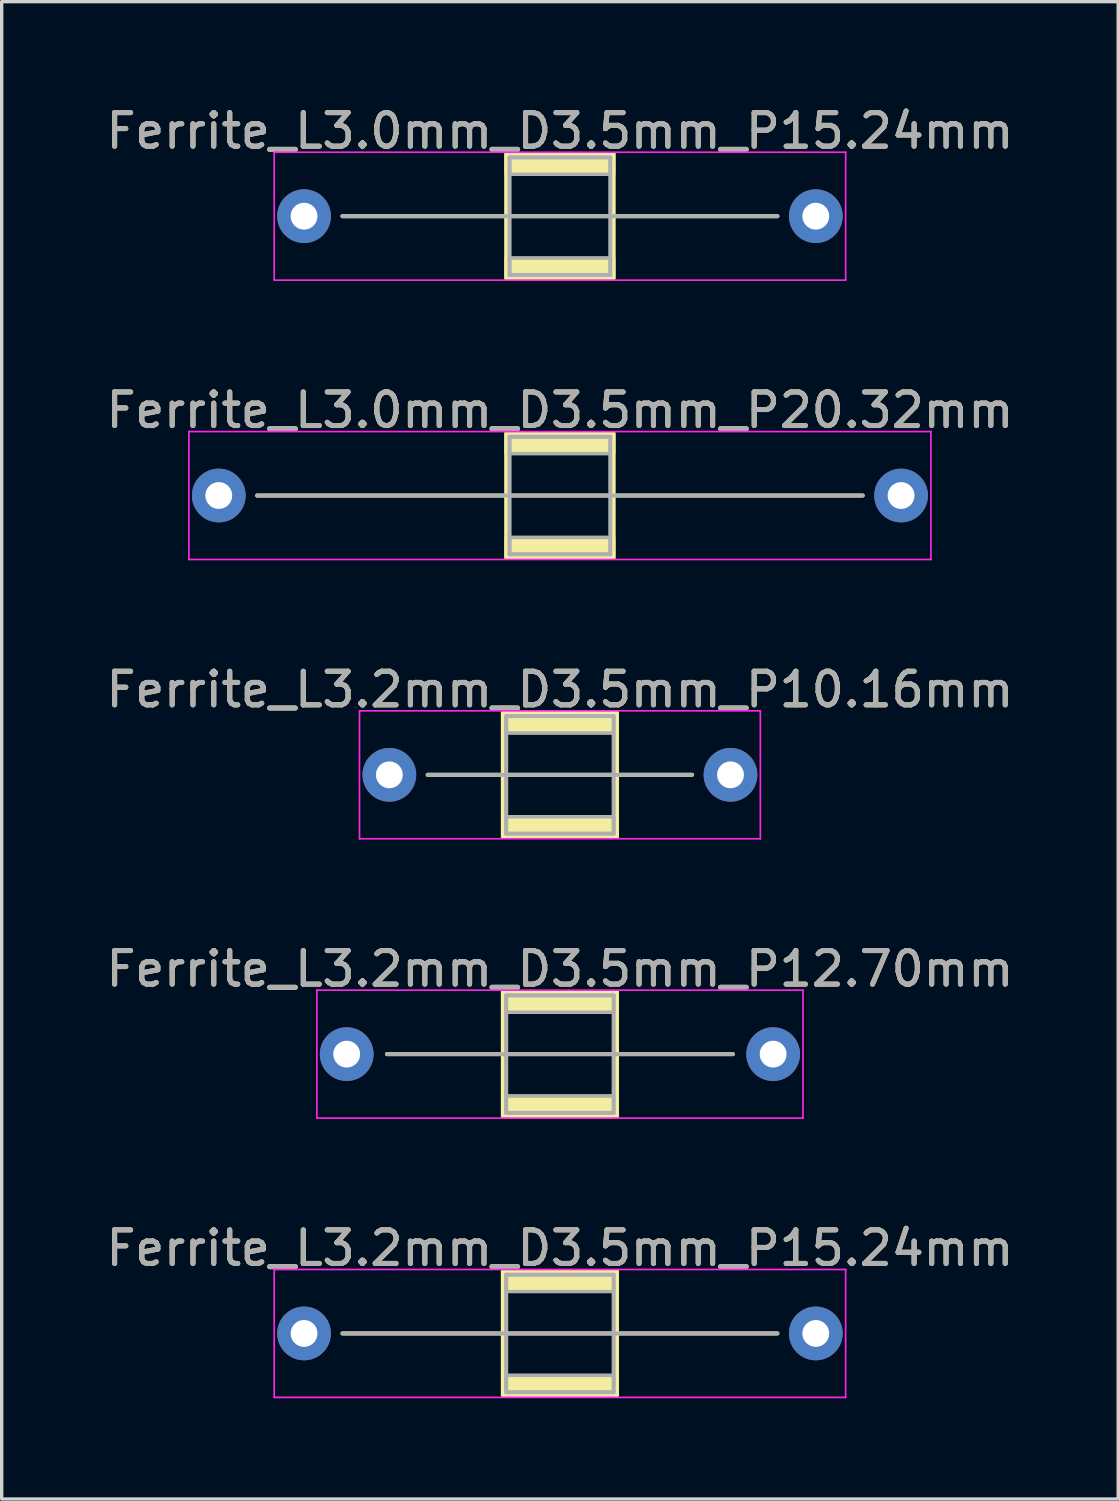
<source format=kicad_pcb>
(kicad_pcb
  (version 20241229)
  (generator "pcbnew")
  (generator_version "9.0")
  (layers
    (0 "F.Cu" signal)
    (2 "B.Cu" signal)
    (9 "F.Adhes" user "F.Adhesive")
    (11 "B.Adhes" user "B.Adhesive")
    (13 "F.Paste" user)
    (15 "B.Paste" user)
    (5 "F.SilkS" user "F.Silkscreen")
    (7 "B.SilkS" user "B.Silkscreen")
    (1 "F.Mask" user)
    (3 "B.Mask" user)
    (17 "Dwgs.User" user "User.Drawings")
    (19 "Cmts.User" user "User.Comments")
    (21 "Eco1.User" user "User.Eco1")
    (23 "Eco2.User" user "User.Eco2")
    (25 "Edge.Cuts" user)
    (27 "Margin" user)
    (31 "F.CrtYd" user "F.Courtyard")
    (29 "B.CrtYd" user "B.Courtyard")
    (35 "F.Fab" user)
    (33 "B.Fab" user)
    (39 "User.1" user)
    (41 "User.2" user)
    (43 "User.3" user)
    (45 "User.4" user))
  (footprint "Ferrite_L3.0mm_D3.5mm_P20.32mm"
    (layer "F.Cu")
    (at 3.465 11.707)
    (property "Reference" "Ferrite_L3.0mm_D3.5mm_P20.32mm" (at 10.16 -2.54 0) (layer "F.SilkS") (effects (font (size 1 1) (thickness 0.15))))
    (fp_line (start 19.177 0) (end 1.143 0) (stroke (width 0.12) (type solid)) (layer "F.SilkS"))
    (fp_rect (start 8.56 -1.85) (end 11.76 1.85) (stroke (width 0.12) (type solid)) (fill no) (layer "F.SilkS"))
    (fp_poly (pts (xy 11.76 -1.25) (xy 8.56 -1.25) (xy 8.56 -1.85) (xy 11.76 -1.85)) (stroke (width 0.1) (type solid)) (fill yes) (layer "F.SilkS"))
    (fp_poly (pts (xy 11.76 1.85) (xy 8.56 1.85) (xy 8.56 1.25) (xy 11.76 1.25)) (stroke (width 0.1) (type solid)) (fill yes) (layer "F.SilkS"))
    (fp_line (start -0.889 -1.905) (end 21.209 -1.905) (stroke (width 0.05) (type solid)) (layer "F.CrtYd"))
    (fp_line (start -0.889 1.905) (end -0.889 -1.905) (stroke (width 0.05) (type solid)) (layer "F.CrtYd"))
    (fp_line (start 21.209 -1.905) (end 21.209 1.905) (stroke (width 0.05) (type solid)) (layer "F.CrtYd"))
    (fp_line (start 21.209 1.905) (end -0.889 1.905) (stroke (width 0.05) (type solid)) (layer "F.CrtYd"))
    (fp_line (start 8.66 -1.75) (end 8.66 1.75) (stroke (width 0.12) (type solid)) (layer "F.Fab"))
    (fp_line (start 8.66 1.75) (end 11.66 1.75) (stroke (width 0.12) (type solid)) (layer "F.Fab"))
    (fp_line (start 11.66 -1.75) (end 8.66 -1.75) (stroke (width 0.12) (type solid)) (layer "F.Fab"))
    (fp_line (start 11.66 1.75) (end 11.66 -1.75) (stroke (width 0.12) (type solid)) (layer "F.Fab"))
    (fp_line (start 19.177 0) (end 1.143 0) (stroke (width 0.12) (type solid)) (layer "F.Fab"))
    (fp_poly (pts (xy 11.66 -1.25) (xy 8.66 -1.25) (xy 8.66 -1.75) (xy 11.66 -1.75)) (stroke (width 0.1) (type solid)) (fill no) (layer "F.Fab"))
    (fp_poly (pts (xy 11.66 1.75) (xy 8.66 1.75) (xy 8.66 1.25) (xy 11.66 1.25)) (stroke (width 0.1) (type solid)) (fill no) (layer "F.Fab"))
    (fp_text user "${REFERENCE}" (at 10.16 -2.539 0) (layer "F.Fab") (effects (font (size 1 1) (thickness 0.15))))
    (pad "1" thru_hole circle (at 0 0) (size 1.6 1.6) (drill 0.8) (layers "*.Cu" "*.Mask"))
    (pad "2" thru_hole circle (at 20.32 0) (size 1.6 1.6) (drill 0.8) (layers "*.Cu" "*.Mask")))
  (footprint "Ferrite_L3.2mm_D3.5mm_P15.24mm"
    (layer "F.Cu")
    (at 6.005 36.661)
    (property "Reference" "Ferrite_L3.2mm_D3.5mm_P15.24mm" (at 7.62 -2.54 0) (layer "F.SilkS") (effects (font (size 1 1) (thickness 0.15))))
    (fp_line (start 14.097 0) (end 1.143 0) (stroke (width 0.12) (type solid)) (layer "F.SilkS"))
    (fp_rect (start 5.92 -1.85) (end 9.32 1.85) (stroke (width 0.12) (type solid)) (fill no) (layer "F.SilkS"))
    (fp_poly (pts (xy 9.32 -1.25) (xy 5.92 -1.25) (xy 5.92 -1.85) (xy 9.32 -1.85)) (stroke (width 0.1) (type solid)) (fill yes) (layer "F.SilkS"))
    (fp_poly (pts (xy 9.32 1.85) (xy 5.92 1.85) (xy 5.92 1.25) (xy 9.32 1.25)) (stroke (width 0.1) (type solid)) (fill yes) (layer "F.SilkS"))
    (fp_line (start -0.889 -1.905) (end 16.129 -1.905) (stroke (width 0.05) (type solid)) (layer "F.CrtYd"))
    (fp_line (start -0.889 1.905) (end -0.889 -1.905) (stroke (width 0.05) (type solid)) (layer "F.CrtYd"))
    (fp_line (start 16.129 -1.905) (end 16.129 1.905) (stroke (width 0.05) (type solid)) (layer "F.CrtYd"))
    (fp_line (start 16.129 1.905) (end -0.889 1.905) (stroke (width 0.05) (type solid)) (layer "F.CrtYd"))
    (fp_line (start 6.02 -1.75) (end 6.02 1.75) (stroke (width 0.12) (type solid)) (layer "F.Fab"))
    (fp_line (start 6.02 1.75) (end 9.22 1.75) (stroke (width 0.12) (type solid)) (layer "F.Fab"))
    (fp_line (start 9.22 -1.75) (end 6.02 -1.75) (stroke (width 0.12) (type solid)) (layer "F.Fab"))
    (fp_line (start 9.22 1.75) (end 9.22 -1.75) (stroke (width 0.12) (type solid)) (layer "F.Fab"))
    (fp_line (start 14.097 0) (end 1.143 0) (stroke (width 0.12) (type solid)) (layer "F.Fab"))
    (fp_poly (pts (xy 9.22 -1.25) (xy 6.02 -1.25) (xy 6.02 -1.75) (xy 9.22 -1.75)) (stroke (width 0.1) (type solid)) (fill no) (layer "F.Fab"))
    (fp_poly (pts (xy 9.22 1.75) (xy 6.02 1.75) (xy 6.02 1.25) (xy 9.22 1.25)) (stroke (width 0.1) (type solid)) (fill no) (layer "F.Fab"))
    (fp_text user "${REFERENCE}" (at 7.62 -2.539 0) (layer "F.Fab") (effects (font (size 1 1) (thickness 0.15))))
    (pad "1" thru_hole circle (at 0 0) (size 1.6 1.6) (drill 0.8) (layers "*.Cu" "*.Mask"))
    (pad "2" thru_hole circle (at 15.24 0) (size 1.6 1.6) (drill 0.8) (layers "*.Cu" "*.Mask")))
  (footprint "Ferrite_L3.2mm_D3.5mm_P12.70mm"
    (layer "F.Cu")
    (at 7.275 28.343)
    (property "Reference" "Ferrite_L3.2mm_D3.5mm_P12.70mm" (at 6.35 -2.54 0) (layer "F.SilkS") (effects (font (size 1 1) (thickness 0.15))))
    (fp_line (start 11.5 0) (end 1.2 0) (stroke (width 0.12) (type solid)) (layer "F.SilkS"))
    (fp_rect (start 4.65 -1.85) (end 8.05 1.85) (stroke (width 0.12) (type solid)) (fill no) (layer "F.SilkS"))
    (fp_poly (pts (xy 8.05 -1.25) (xy 4.65 -1.25) (xy 4.65 -1.85) (xy 8.05 -1.85)) (stroke (width 0.1) (type solid)) (fill yes) (layer "F.SilkS"))
    (fp_poly (pts (xy 8.05 1.85) (xy 4.65 1.85) (xy 4.65 1.25) (xy 8.05 1.25)) (stroke (width 0.1) (type solid)) (fill yes) (layer "F.SilkS"))
    (fp_line (start -0.889 -1.905) (end 13.589 -1.905) (stroke (width 0.05) (type solid)) (layer "F.CrtYd"))
    (fp_line (start -0.889 1.905) (end -0.889 -1.905) (stroke (width 0.05) (type solid)) (layer "F.CrtYd"))
    (fp_line (start 13.589 -1.905) (end 13.589 1.905) (stroke (width 0.05) (type solid)) (layer "F.CrtYd"))
    (fp_line (start 13.589 1.905) (end -0.889 1.905) (stroke (width 0.05) (type solid)) (layer "F.CrtYd"))
    (fp_line (start 4.75 -1.75) (end 4.75 1.75) (stroke (width 0.12) (type solid)) (layer "F.Fab"))
    (fp_line (start 4.75 1.75) (end 7.95 1.75) (stroke (width 0.12) (type solid)) (layer "F.Fab"))
    (fp_line (start 7.95 -1.75) (end 4.75 -1.75) (stroke (width 0.12) (type solid)) (layer "F.Fab"))
    (fp_line (start 7.95 1.75) (end 7.95 -1.75) (stroke (width 0.12) (type solid)) (layer "F.Fab"))
    (fp_line (start 11.5 0) (end 1.2 0) (stroke (width 0.12) (type solid)) (layer "F.Fab"))
    (fp_poly (pts (xy 7.95 -1.25) (xy 4.75 -1.25) (xy 4.75 -1.75) (xy 7.95 -1.75)) (stroke (width 0.1) (type solid)) (fill no) (layer "F.Fab"))
    (fp_poly (pts (xy 7.95 1.75) (xy 4.75 1.75) (xy 4.75 1.25) (xy 7.95 1.25)) (stroke (width 0.1) (type solid)) (fill no) (layer "F.Fab"))
    (fp_text user "${REFERENCE}" (at 6.35 -2.539 0) (layer "F.Fab") (effects (font (size 1 1) (thickness 0.15))))
    (pad "1" thru_hole circle (at 0 0) (size 1.6 1.6) (drill 0.8) (layers "*.Cu" "*.Mask"))
    (pad "2" thru_hole circle (at 12.7 0) (size 1.6 1.6) (drill 0.8) (layers "*.Cu" "*.Mask")))
  (footprint "Ferrite_L3.0mm_D3.5mm_P15.24mm"
    (layer "F.Cu")
    (at 6.005 3.388)
    (property "Reference" "Ferrite_L3.0mm_D3.5mm_P15.24mm" (at 7.62 -2.54 0) (layer "F.SilkS") (effects (font (size 1 1) (thickness 0.15))))
    (fp_line (start 14.097 0) (end 1.143 0) (stroke (width 0.12) (type solid)) (layer "F.SilkS"))
    (fp_rect (start 6.02 -1.85) (end 9.22 1.85) (stroke (width 0.12) (type solid)) (fill no) (layer "F.SilkS"))
    (fp_poly (pts (xy 9.22 -1.25) (xy 6.02 -1.25) (xy 6.02 -1.85) (xy 9.22 -1.85)) (stroke (width 0.1) (type solid)) (fill yes) (layer "F.SilkS"))
    (fp_poly (pts (xy 9.22 1.85) (xy 6.02 1.85) (xy 6.02 1.25) (xy 9.22 1.25)) (stroke (width 0.1) (type solid)) (fill yes) (layer "F.SilkS"))
    (fp_line (start -0.889 -1.905) (end 16.129 -1.905) (stroke (width 0.05) (type solid)) (layer "F.CrtYd"))
    (fp_line (start -0.889 1.905) (end -0.889 -1.905) (stroke (width 0.05) (type solid)) (layer "F.CrtYd"))
    (fp_line (start 16.129 -1.905) (end 16.129 1.905) (stroke (width 0.05) (type solid)) (layer "F.CrtYd"))
    (fp_line (start 16.129 1.905) (end -0.889 1.905) (stroke (width 0.05) (type solid)) (layer "F.CrtYd"))
    (fp_line (start 6.12 -1.75) (end 6.12 1.75) (stroke (width 0.12) (type solid)) (layer "F.Fab"))
    (fp_line (start 6.12 1.75) (end 9.12 1.75) (stroke (width 0.12) (type solid)) (layer "F.Fab"))
    (fp_line (start 9.12 -1.75) (end 6.12 -1.75) (stroke (width 0.12) (type solid)) (layer "F.Fab"))
    (fp_line (start 9.12 1.75) (end 9.12 -1.75) (stroke (width 0.12) (type solid)) (layer "F.Fab"))
    (fp_line (start 14.097 0) (end 1.143 0) (stroke (width 0.12) (type solid)) (layer "F.Fab"))
    (fp_poly (pts (xy 9.12 -1.25) (xy 6.12 -1.25) (xy 6.12 -1.75) (xy 9.12 -1.75)) (stroke (width 0.1) (type solid)) (fill no) (layer "F.Fab"))
    (fp_poly (pts (xy 9.12 1.75) (xy 6.12 1.75) (xy 6.12 1.25) (xy 9.12 1.25)) (stroke (width 0.1) (type solid)) (fill no) (layer "F.Fab"))
    (fp_text user "${REFERENCE}" (at 7.62 -2.539 0) (layer "F.Fab") (effects (font (size 1 1) (thickness 0.15))))
    (pad "1" thru_hole circle (at 0 0) (size 1.6 1.6) (drill 0.8) (layers "*.Cu" "*.Mask"))
    (pad "2" thru_hole circle (at 15.24 0) (size 1.6 1.6) (drill 0.8) (layers "*.Cu" "*.Mask")))
  (footprint "Ferrite_L3.2mm_D3.5mm_P10.16mm"
    (layer "F.Cu")
    (at 8.545 20.025)
    (property "Reference" "Ferrite_L3.2mm_D3.5mm_P10.16mm" (at 5.08 -2.54 0) (layer "F.SilkS") (effects (font (size 1 1) (thickness 0.15))))
    (fp_line (start 9.017 0) (end 1.143 0) (stroke (width 0.12) (type solid)) (layer "F.SilkS"))
    (fp_rect (start 3.38 -1.85) (end 6.78 1.85) (stroke (width 0.12) (type solid)) (fill no) (layer "F.SilkS"))
    (fp_poly (pts (xy 6.78 -1.25) (xy 3.38 -1.25) (xy 3.38 -1.85) (xy 6.78 -1.85)) (stroke (width 0.1) (type solid)) (fill yes) (layer "F.SilkS"))
    (fp_poly (pts (xy 6.78 1.85) (xy 3.38 1.85) (xy 3.38 1.25) (xy 6.78 1.25)) (stroke (width 0.1) (type solid)) (fill yes) (layer "F.SilkS"))
    (fp_line (start -0.889 -1.905) (end 11.049 -1.905) (stroke (width 0.05) (type solid)) (layer "F.CrtYd"))
    (fp_line (start -0.889 1.905) (end -0.889 -1.905) (stroke (width 0.05) (type solid)) (layer "F.CrtYd"))
    (fp_line (start 11.049 -1.905) (end 11.049 1.905) (stroke (width 0.05) (type solid)) (layer "F.CrtYd"))
    (fp_line (start 11.049 1.905) (end -0.889 1.905) (stroke (width 0.05) (type solid)) (layer "F.CrtYd"))
    (fp_line (start 3.48 -1.75) (end 3.48 1.75) (stroke (width 0.12) (type solid)) (layer "F.Fab"))
    (fp_line (start 3.48 1.75) (end 6.68 1.75) (stroke (width 0.12) (type solid)) (layer "F.Fab"))
    (fp_line (start 6.68 -1.75) (end 3.48 -1.75) (stroke (width 0.12) (type solid)) (layer "F.Fab"))
    (fp_line (start 6.68 1.75) (end 6.68 -1.75) (stroke (width 0.12) (type solid)) (layer "F.Fab"))
    (fp_line (start 9.017 0) (end 1.143 0) (stroke (width 0.12) (type solid)) (layer "F.Fab"))
    (fp_poly (pts (xy 6.68 -1.25) (xy 3.48 -1.25) (xy 3.48 -1.75) (xy 6.68 -1.75)) (stroke (width 0.1) (type solid)) (fill no) (layer "F.Fab"))
    (fp_poly (pts (xy 6.68 1.75) (xy 3.48 1.75) (xy 3.48 1.25) (xy 6.68 1.25)) (stroke (width 0.1) (type solid)) (fill no) (layer "F.Fab"))
    (fp_text user "${REFERENCE}" (at 5.08 -2.539 0) (layer "F.Fab") (effects (font (size 1 1) (thickness 0.15))))
    (pad "1" thru_hole circle (at 0 0) (size 1.6 1.6) (drill 0.8) (layers "*.Cu" "*.Mask"))
    (pad "2" thru_hole circle (at 10.16 0) (size 1.6 1.6) (drill 0.8) (layers "*.Cu" "*.Mask")))
  (gr_rect
    (start -3 -3)
    (end 30.25 41.591)
    (stroke (width 0.1) (type default))
    (fill no)
    (layer "Edge.Cuts")))
</source>
